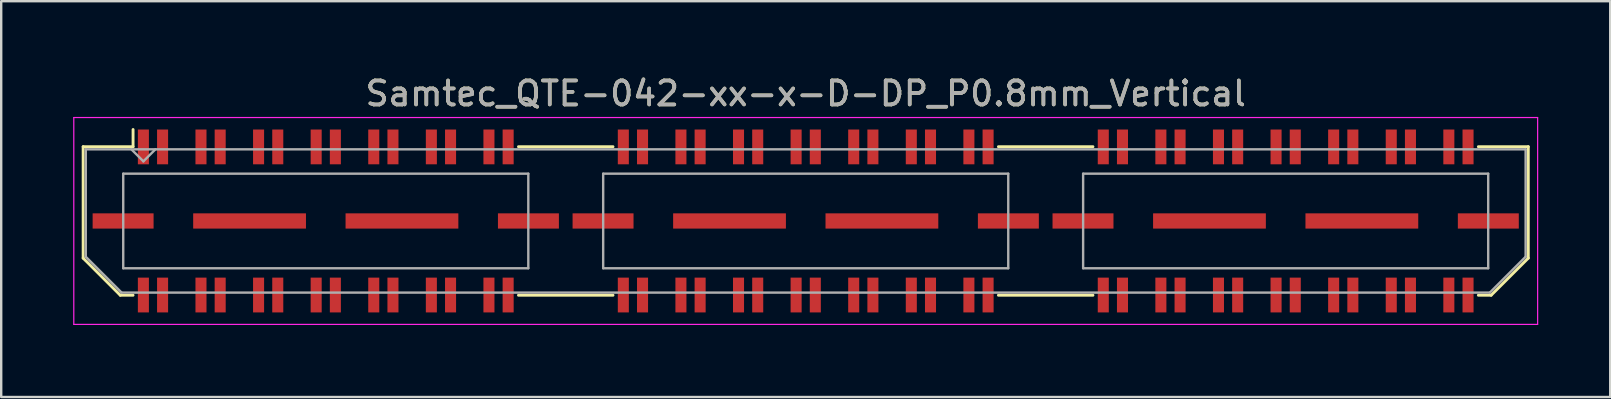
<source format=kicad_pcb>
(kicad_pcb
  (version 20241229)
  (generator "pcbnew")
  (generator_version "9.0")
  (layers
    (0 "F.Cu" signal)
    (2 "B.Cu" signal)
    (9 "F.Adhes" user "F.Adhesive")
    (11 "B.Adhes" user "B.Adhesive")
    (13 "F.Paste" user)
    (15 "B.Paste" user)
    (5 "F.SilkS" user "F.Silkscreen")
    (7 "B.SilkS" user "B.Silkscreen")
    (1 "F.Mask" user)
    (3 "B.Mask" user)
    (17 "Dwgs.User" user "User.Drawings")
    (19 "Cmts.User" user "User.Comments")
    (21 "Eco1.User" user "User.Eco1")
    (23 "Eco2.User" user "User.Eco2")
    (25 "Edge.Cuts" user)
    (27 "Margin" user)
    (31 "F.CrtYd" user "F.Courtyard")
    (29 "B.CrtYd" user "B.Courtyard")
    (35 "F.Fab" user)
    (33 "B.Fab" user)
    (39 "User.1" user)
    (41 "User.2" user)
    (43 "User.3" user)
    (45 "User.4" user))
  (footprint "Samtec_QTE-042-xx-x-D-DP_P0.8mm_Vertical"
    (layer "F.Cu")
    (at 30.525 6.158)
    (property "Reference" "Samtec_QTE-042-xx-x-D-DP_P0.8mm_Vertical" (at 0 -5.31 0) (layer "F.SilkS") (effects (font (size 1 1) (thickness 0.15))))
    (attr smd)
    (fp_line (start -30.11 -3.095) (end -30.11 1.548) (stroke (width 0.12) (type solid)) (layer "F.SilkS"))
    (fp_line (start -30.11 1.548) (end -28.562 3.095) (stroke (width 0.12) (type solid)) (layer "F.SilkS"))
    (fp_line (start -28.562 3.095) (end -28.03 3.095) (stroke (width 0.12) (type solid)) (layer "F.SilkS"))
    (fp_line (start -28.03 -3.811) (end -28.03 -3.095) (stroke (width 0.12) (type solid)) (layer "F.SilkS"))
    (fp_line (start -28.03 -3.095) (end -30.11 -3.095) (stroke (width 0.12) (type solid)) (layer "F.SilkS"))
    (fp_line (start -11.97 -3.095) (end -8.03 -3.095) (stroke (width 0.12) (type solid)) (layer "F.SilkS"))
    (fp_line (start -11.97 3.095) (end -8.03 3.095) (stroke (width 0.12) (type solid)) (layer "F.SilkS"))
    (fp_line (start 8.03 -3.095) (end 11.97 -3.095) (stroke (width 0.12) (type solid)) (layer "F.SilkS"))
    (fp_line (start 8.03 3.095) (end 11.97 3.095) (stroke (width 0.12) (type solid)) (layer "F.SilkS"))
    (fp_line (start 28.03 -3.095) (end 30.11 -3.095) (stroke (width 0.12) (type solid)) (layer "F.SilkS"))
    (fp_line (start 28.562 3.095) (end 28.03 3.095) (stroke (width 0.12) (type solid)) (layer "F.SilkS"))
    (fp_line (start 30.11 -3.095) (end 30.11 1.548) (stroke (width 0.12) (type solid)) (layer "F.SilkS"))
    (fp_line (start 30.11 1.548) (end 28.562 3.095) (stroke (width 0.12) (type solid)) (layer "F.SilkS"))
    (fp_line (start -30.5 -4.31) (end -30.5 4.31) (stroke (width 0.05) (type solid)) (layer "F.CrtYd"))
    (fp_line (start -30.5 4.31) (end 30.5 4.31) (stroke (width 0.05) (type solid)) (layer "F.CrtYd"))
    (fp_line (start 30.5 -4.31) (end -30.5 -4.31) (stroke (width 0.05) (type solid)) (layer "F.CrtYd"))
    (fp_line (start 30.5 4.31) (end 30.5 -4.31) (stroke (width 0.05) (type solid)) (layer "F.CrtYd"))
    (fp_line (start -30 -2.985) (end -30 1.492) (stroke (width 0.1) (type solid)) (layer "F.Fab"))
    (fp_line (start -30 -2.985) (end 30 -2.985) (stroke (width 0.1) (type solid)) (layer "F.Fab"))
    (fp_line (start -30 1.492) (end -28.508 2.985) (stroke (width 0.1) (type solid)) (layer "F.Fab"))
    (fp_line (start -28.508 2.985) (end 28.508 2.985) (stroke (width 0.1) (type solid)) (layer "F.Fab"))
    (fp_line (start -28.44 -1.97) (end -28.44 1.97) (stroke (width 0.1) (type solid)) (layer "F.Fab"))
    (fp_line (start -28.44 1.97) (end -11.56 1.97) (stroke (width 0.1) (type solid)) (layer "F.Fab"))
    (fp_line (start -27.6 -2.485) (end -28.1 -2.985) (stroke (width 0.1) (type solid)) (layer "F.Fab"))
    (fp_line (start -27.1 -2.985) (end -27.6 -2.485) (stroke (width 0.1) (type solid)) (layer "F.Fab"))
    (fp_line (start -11.56 -1.97) (end -28.44 -1.97) (stroke (width 0.1) (type solid)) (layer "F.Fab"))
    (fp_line (start -11.56 1.97) (end -11.56 -1.97) (stroke (width 0.1) (type solid)) (layer "F.Fab"))
    (fp_line (start -8.44 -1.97) (end -8.44 1.97) (stroke (width 0.1) (type solid)) (layer "F.Fab"))
    (fp_line (start -8.44 1.97) (end 8.44 1.97) (stroke (width 0.1) (type solid)) (layer "F.Fab"))
    (fp_line (start 8.44 -1.97) (end -8.44 -1.97) (stroke (width 0.1) (type solid)) (layer "F.Fab"))
    (fp_line (start 8.44 1.97) (end 8.44 -1.97) (stroke (width 0.1) (type solid)) (layer "F.Fab"))
    (fp_line (start 11.56 -1.97) (end 11.56 1.97) (stroke (width 0.1) (type solid)) (layer "F.Fab"))
    (fp_line (start 11.56 1.97) (end 28.44 1.97) (stroke (width 0.1) (type solid)) (layer "F.Fab"))
    (fp_line (start 28.44 -1.97) (end 11.56 -1.97) (stroke (width 0.1) (type solid)) (layer "F.Fab"))
    (fp_line (start 28.44 1.97) (end 28.44 -1.97) (stroke (width 0.1) (type solid)) (layer "F.Fab"))
    (fp_line (start 30 -2.985) (end 30 1.492) (stroke (width 0.1) (type solid)) (layer "F.Fab"))
    (fp_line (start 30 1.492) (end 28.508 2.985) (stroke (width 0.1) (type solid)) (layer "F.Fab"))
    (fp_text user "${REFERENCE}" (at 0 -5.31 0) (layer "F.Fab") (effects (font (size 1 1) (thickness 0.15))))
    (pad "1" smd rect (at -27.6 -3.086) (size 0.46 1.45) (layers "F.Cu" "F.Mask" "F.Paste"))
    (pad "2" smd rect (at -27.6 3.086) (size 0.46 1.45) (layers "F.Cu" "F.Mask" "F.Paste"))
    (pad "3" smd rect (at -26.8 -3.086) (size 0.46 1.45) (layers "F.Cu" "F.Mask" "F.Paste"))
    (pad "4" smd rect (at -26.8 3.086) (size 0.46 1.45) (layers "F.Cu" "F.Mask" "F.Paste"))
    (pad "5" smd rect (at -25.2 -3.086) (size 0.46 1.45) (layers "F.Cu" "F.Mask" "F.Paste"))
    (pad "6" smd rect (at -25.2 3.086) (size 0.46 1.45) (layers "F.Cu" "F.Mask" "F.Paste"))
    (pad "7" smd rect (at -24.4 -3.086) (size 0.46 1.45) (layers "F.Cu" "F.Mask" "F.Paste"))
    (pad "8" smd rect (at -24.4 3.086) (size 0.46 1.45) (layers "F.Cu" "F.Mask" "F.Paste"))
    (pad "9" smd rect (at -22.8 -3.086) (size 0.46 1.45) (layers "F.Cu" "F.Mask" "F.Paste"))
    (pad "10" smd rect (at -22.8 3.086) (size 0.46 1.45) (layers "F.Cu" "F.Mask" "F.Paste"))
    (pad "11" smd rect (at -22 -3.086) (size 0.46 1.45) (layers "F.Cu" "F.Mask" "F.Paste"))
    (pad "12" smd rect (at -22 3.086) (size 0.46 1.45) (layers "F.Cu" "F.Mask" "F.Paste"))
    (pad "13" smd rect (at -20.4 -3.086) (size 0.46 1.45) (layers "F.Cu" "F.Mask" "F.Paste"))
    (pad "14" smd rect (at -20.4 3.086) (size 0.46 1.45) (layers "F.Cu" "F.Mask" "F.Paste"))
    (pad "15" smd rect (at -19.6 -3.086) (size 0.46 1.45) (layers "F.Cu" "F.Mask" "F.Paste"))
    (pad "16" smd rect (at -19.6 3.086) (size 0.46 1.45) (layers "F.Cu" "F.Mask" "F.Paste"))
    (pad "17" smd rect (at -18 -3.086) (size 0.46 1.45) (layers "F.Cu" "F.Mask" "F.Paste"))
    (pad "18" smd rect (at -18 3.086) (size 0.46 1.45) (layers "F.Cu" "F.Mask" "F.Paste"))
    (pad "19" smd rect (at -17.2 -3.086) (size 0.46 1.45) (layers "F.Cu" "F.Mask" "F.Paste"))
    (pad "20" smd rect (at -17.2 3.086) (size 0.46 1.45) (layers "F.Cu" "F.Mask" "F.Paste"))
    (pad "21" smd rect (at -15.6 -3.086) (size 0.46 1.45) (layers "F.Cu" "F.Mask" "F.Paste"))
    (pad "22" smd rect (at -15.6 3.086) (size 0.46 1.45) (layers "F.Cu" "F.Mask" "F.Paste"))
    (pad "23" smd rect (at -14.8 -3.086) (size 0.46 1.45) (layers "F.Cu" "F.Mask" "F.Paste"))
    (pad "24" smd rect (at -14.8 3.086) (size 0.46 1.45) (layers "F.Cu" "F.Mask" "F.Paste"))
    (pad "25" smd rect (at -13.2 -3.086) (size 0.46 1.45) (layers "F.Cu" "F.Mask" "F.Paste"))
    (pad "26" smd rect (at -13.2 3.086) (size 0.46 1.45) (layers "F.Cu" "F.Mask" "F.Paste"))
    (pad "27" smd rect (at -12.4 -3.086) (size 0.46 1.45) (layers "F.Cu" "F.Mask" "F.Paste"))
    (pad "28" smd rect (at -12.4 3.086) (size 0.46 1.45) (layers "F.Cu" "F.Mask" "F.Paste"))
    (pad "29" smd rect (at -7.6 -3.086) (size 0.46 1.45) (layers "F.Cu" "F.Mask" "F.Paste"))
    (pad "30" smd rect (at -7.6 3.086) (size 0.46 1.45) (layers "F.Cu" "F.Mask" "F.Paste"))
    (pad "31" smd rect (at -6.8 -3.086) (size 0.46 1.45) (layers "F.Cu" "F.Mask" "F.Paste"))
    (pad "32" smd rect (at -6.8 3.086) (size 0.46 1.45) (layers "F.Cu" "F.Mask" "F.Paste"))
    (pad "33" smd rect (at -5.2 -3.086) (size 0.46 1.45) (layers "F.Cu" "F.Mask" "F.Paste"))
    (pad "34" smd rect (at -5.2 3.086) (size 0.46 1.45) (layers "F.Cu" "F.Mask" "F.Paste"))
    (pad "35" smd rect (at -4.4 -3.086) (size 0.46 1.45) (layers "F.Cu" "F.Mask" "F.Paste"))
    (pad "36" smd rect (at -4.4 3.086) (size 0.46 1.45) (layers "F.Cu" "F.Mask" "F.Paste"))
    (pad "37" smd rect (at -2.8 -3.086) (size 0.46 1.45) (layers "F.Cu" "F.Mask" "F.Paste"))
    (pad "38" smd rect (at -2.8 3.086) (size 0.46 1.45) (layers "F.Cu" "F.Mask" "F.Paste"))
    (pad "39" smd rect (at -2 -3.086) (size 0.46 1.45) (layers "F.Cu" "F.Mask" "F.Paste"))
    (pad "40" smd rect (at -2 3.086) (size 0.46 1.45) (layers "F.Cu" "F.Mask" "F.Paste"))
    (pad "41" smd rect (at -0.4 -3.086) (size 0.46 1.45) (layers "F.Cu" "F.Mask" "F.Paste"))
    (pad "42" smd rect (at -0.4 3.086) (size 0.46 1.45) (layers "F.Cu" "F.Mask" "F.Paste"))
    (pad "43" smd rect (at 0.4 -3.086) (size 0.46 1.45) (layers "F.Cu" "F.Mask" "F.Paste"))
    (pad "44" smd rect (at 0.4 3.086) (size 0.46 1.45) (layers "F.Cu" "F.Mask" "F.Paste"))
    (pad "45" smd rect (at 2 -3.086) (size 0.46 1.45) (layers "F.Cu" "F.Mask" "F.Paste"))
    (pad "46" smd rect (at 2 3.086) (size 0.46 1.45) (layers "F.Cu" "F.Mask" "F.Paste"))
    (pad "47" smd rect (at 2.8 -3.086) (size 0.46 1.45) (layers "F.Cu" "F.Mask" "F.Paste"))
    (pad "48" smd rect (at 2.8 3.086) (size 0.46 1.45) (layers "F.Cu" "F.Mask" "F.Paste"))
    (pad "49" smd rect (at 4.4 -3.086) (size 0.46 1.45) (layers "F.Cu" "F.Mask" "F.Paste"))
    (pad "50" smd rect (at 4.4 3.086) (size 0.46 1.45) (layers "F.Cu" "F.Mask" "F.Paste"))
    (pad "51" smd rect (at 5.2 -3.086) (size 0.46 1.45) (layers "F.Cu" "F.Mask" "F.Paste"))
    (pad "52" smd rect (at 5.2 3.086) (size 0.46 1.45) (layers "F.Cu" "F.Mask" "F.Paste"))
    (pad "53" smd rect (at 6.8 -3.086) (size 0.46 1.45) (layers "F.Cu" "F.Mask" "F.Paste"))
    (pad "54" smd rect (at 6.8 3.086) (size 0.46 1.45) (layers "F.Cu" "F.Mask" "F.Paste"))
    (pad "55" smd rect (at 7.6 -3.086) (size 0.46 1.45) (layers "F.Cu" "F.Mask" "F.Paste"))
    (pad "56" smd rect (at 7.6 3.086) (size 0.46 1.45) (layers "F.Cu" "F.Mask" "F.Paste"))
    (pad "57" smd rect (at 12.4 -3.086) (size 0.46 1.45) (layers "F.Cu" "F.Mask" "F.Paste"))
    (pad "58" smd rect (at 12.4 3.086) (size 0.46 1.45) (layers "F.Cu" "F.Mask" "F.Paste"))
    (pad "59" smd rect (at 13.2 -3.086) (size 0.46 1.45) (layers "F.Cu" "F.Mask" "F.Paste"))
    (pad "60" smd rect (at 13.2 3.086) (size 0.46 1.45) (layers "F.Cu" "F.Mask" "F.Paste"))
    (pad "61" smd rect (at 14.8 -3.086) (size 0.46 1.45) (layers "F.Cu" "F.Mask" "F.Paste"))
    (pad "62" smd rect (at 14.8 3.086) (size 0.46 1.45) (layers "F.Cu" "F.Mask" "F.Paste"))
    (pad "63" smd rect (at 15.6 -3.086) (size 0.46 1.45) (layers "F.Cu" "F.Mask" "F.Paste"))
    (pad "64" smd rect (at 15.6 3.086) (size 0.46 1.45) (layers "F.Cu" "F.Mask" "F.Paste"))
    (pad "65" smd rect (at 17.2 -3.086) (size 0.46 1.45) (layers "F.Cu" "F.Mask" "F.Paste"))
    (pad "66" smd rect (at 17.2 3.086) (size 0.46 1.45) (layers "F.Cu" "F.Mask" "F.Paste"))
    (pad "67" smd rect (at 18 -3.086) (size 0.46 1.45) (layers "F.Cu" "F.Mask" "F.Paste"))
    (pad "68" smd rect (at 18 3.086) (size 0.46 1.45) (layers "F.Cu" "F.Mask" "F.Paste"))
    (pad "69" smd rect (at 19.6 -3.086) (size 0.46 1.45) (layers "F.Cu" "F.Mask" "F.Paste"))
    (pad "70" smd rect (at 19.6 3.086) (size 0.46 1.45) (layers "F.Cu" "F.Mask" "F.Paste"))
    (pad "71" smd rect (at 20.4 -3.086) (size 0.46 1.45) (layers "F.Cu" "F.Mask" "F.Paste"))
    (pad "72" smd rect (at 20.4 3.086) (size 0.46 1.45) (layers "F.Cu" "F.Mask" "F.Paste"))
    (pad "73" smd rect (at 22 -3.086) (size 0.46 1.45) (layers "F.Cu" "F.Mask" "F.Paste"))
    (pad "74" smd rect (at 22 3.086) (size 0.46 1.45) (layers "F.Cu" "F.Mask" "F.Paste"))
    (pad "75" smd rect (at 22.8 -3.086) (size 0.46 1.45) (layers "F.Cu" "F.Mask" "F.Paste"))
    (pad "76" smd rect (at 22.8 3.086) (size 0.46 1.45) (layers "F.Cu" "F.Mask" "F.Paste"))
    (pad "77" smd rect (at 24.4 -3.086) (size 0.46 1.45) (layers "F.Cu" "F.Mask" "F.Paste"))
    (pad "78" smd rect (at 24.4 3.086) (size 0.46 1.45) (layers "F.Cu" "F.Mask" "F.Paste"))
    (pad "79" smd rect (at 25.2 -3.086) (size 0.46 1.45) (layers "F.Cu" "F.Mask" "F.Paste"))
    (pad "80" smd rect (at 25.2 3.086) (size 0.46 1.45) (layers "F.Cu" "F.Mask" "F.Paste"))
    (pad "81" smd rect (at 26.8 -3.086) (size 0.46 1.45) (layers "F.Cu" "F.Mask" "F.Paste"))
    (pad "82" smd rect (at 26.8 3.086) (size 0.46 1.45) (layers "F.Cu" "F.Mask" "F.Paste"))
    (pad "83" smd rect (at 27.6 -3.086) (size 0.46 1.45) (layers "F.Cu" "F.Mask" "F.Paste"))
    (pad "84" smd rect (at 27.6 3.086) (size 0.46 1.45) (layers "F.Cu" "F.Mask" "F.Paste"))
    (pad "P1" smd rect (at -28.445 0) (size 2.54 0.635) (layers "F.Cu" "F.Mask" "F.Paste"))
    (pad "P1" smd rect (at -23.175 0) (size 4.7 0.635) (layers "F.Cu" "F.Mask" "F.Paste"))
    (pad "P1" smd rect (at -16.825 0) (size 4.7 0.635) (layers "F.Cu" "F.Mask" "F.Paste"))
    (pad "P1" smd rect (at -11.555 0) (size 2.54 0.635) (layers "F.Cu" "F.Mask" "F.Paste"))
    (pad "P2" smd rect (at -8.445 0) (size 2.54 0.635) (layers "F.Cu" "F.Mask" "F.Paste"))
    (pad "P2" smd rect (at -3.175 0) (size 4.7 0.635) (layers "F.Cu" "F.Mask" "F.Paste"))
    (pad "P2" smd rect (at 3.175 0) (size 4.7 0.635) (layers "F.Cu" "F.Mask" "F.Paste"))
    (pad "P2" smd rect (at 8.445 0) (size 2.54 0.635) (layers "F.Cu" "F.Mask" "F.Paste"))
    (pad "P3" smd rect (at 11.555 0) (size 2.54 0.635) (layers "F.Cu" "F.Mask" "F.Paste"))
    (pad "P3" smd rect (at 16.825 0) (size 4.7 0.635) (layers "F.Cu" "F.Mask" "F.Paste"))
    (pad "P3" smd rect (at 23.175 0) (size 4.7 0.635) (layers "F.Cu" "F.Mask" "F.Paste"))
    (pad "P3" smd rect (at 28.445 0) (size 2.54 0.635) (layers "F.Cu" "F.Mask" "F.Paste")))
  (gr_rect
    (start -3 -3)
    (end 64.05 13.493)
    (stroke (width 0.1) (type default))
    (fill no)
    (layer "Edge.Cuts")))
</source>
